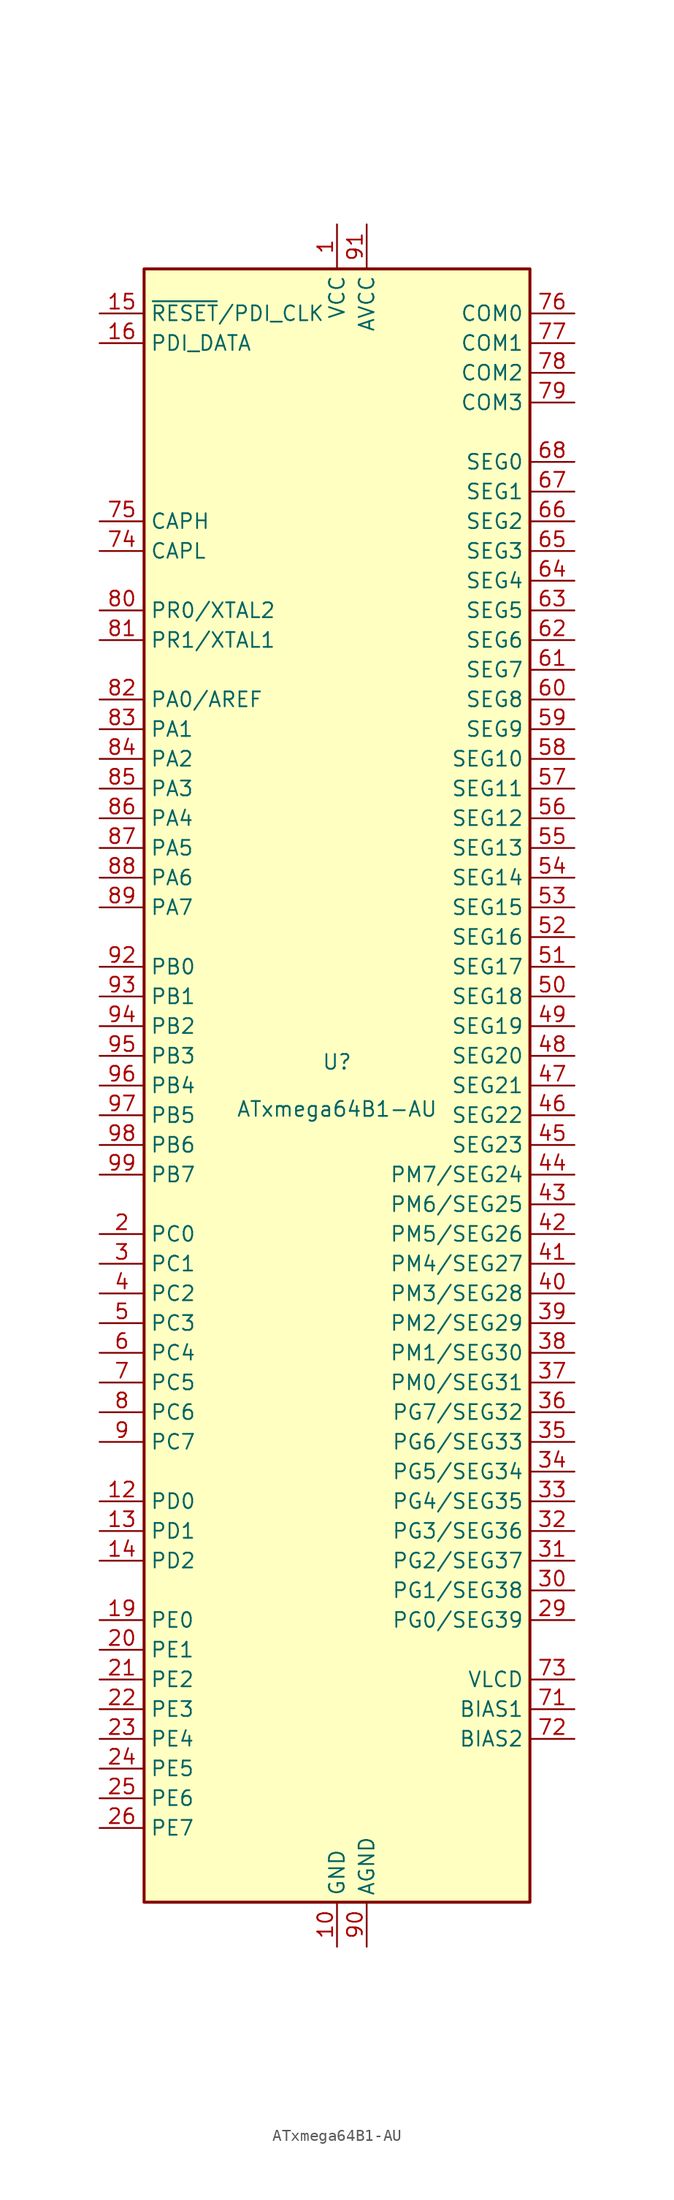
<source format=kicad_sym>
(kicad_symbol_lib
  (version 20201005)
  (generator kicad_symbol_editor)
  (symbol "ATxmega64B1-AU"
    (property "Reference" "U"
      (at 0 1.27 0)
      (effects (font (size 1.27 1.27)) (justify bottom)))
    (property "Value" "ATxmega64B1-AU"
      (at 0 -1.27 0)
      (effects (font (size 1.27 1.27)) (justify top)))
    (symbol "ATxmega64B1-AU_0_1"
      (rectangle (start -16.51 -69.85) (end 16.51 69.85) (stroke (width 0.254)) (fill (type background))))
    (symbol "ATxmega64B1-AU_1_1"
      (pin power_in line (at 0 73.66 270) (length 3.81) (name "VCC" (effects (font (size 1.27 1.27)))) (number "1" (effects (font (size 1.27 1.27)))))
      (pin power_in line (at 0 -73.66 90) (length 3.81) (name "GND" (effects (font (size 1.27 1.27)))) (number "10" (effects (font (size 1.27 1.27)))))
      (pin passive line (at 0 -73.66 90) (length 3.81) hide (name "GND" (effects (font (size 1.27 1.27)))) (number "100" (effects (font (size 1.27 1.27)))))
      (pin passive line (at 0 73.66 270) (length 3.81) hide (name "VCC" (effects (font (size 1.27 1.27)))) (number "11" (effects (font (size 1.27 1.27)))))
      (pin tri_state line (at -20.32 -35.56 0) (length 3.81) (name "PD0" (effects (font (size 1.27 1.27)))) (number "12" (effects (font (size 1.27 1.27)))))
      (pin tri_state line (at -20.32 -38.1 0) (length 3.81) (name "PD1" (effects (font (size 1.27 1.27)))) (number "13" (effects (font (size 1.27 1.27)))))
      (pin tri_state line (at -20.32 -40.64 0) (length 3.81) (name "PD2" (effects (font (size 1.27 1.27)))) (number "14" (effects (font (size 1.27 1.27)))))
      (pin input line (at -20.32 66.04 0) (length 3.81) (name "~RESET~/PDI_CLK" (effects (font (size 1.27 1.27)))) (number "15" (effects (font (size 1.27 1.27)))))
      (pin bidirectional line (at -20.32 63.5 0) (length 3.81) (name "PDI_DATA" (effects (font (size 1.27 1.27)))) (number "16" (effects (font (size 1.27 1.27)))))
      (pin passive line (at 0 -73.66 90) (length 3.81) hide (name "GND" (effects (font (size 1.27 1.27)))) (number "17" (effects (font (size 1.27 1.27)))))
      (pin passive line (at 0 73.66 270) (length 3.81) hide (name "VCC" (effects (font (size 1.27 1.27)))) (number "18" (effects (font (size 1.27 1.27)))))
      (pin tri_state line (at -20.32 -45.72 0) (length 3.81) (name "PE0" (effects (font (size 1.27 1.27)))) (number "19" (effects (font (size 1.27 1.27)))))
      (pin tri_state line (at -20.32 -12.7 0) (length 3.81) (name "PC0" (effects (font (size 1.27 1.27)))) (number "2" (effects (font (size 1.27 1.27)))))
      (pin tri_state line (at -20.32 -48.26 0) (length 3.81) (name "PE1" (effects (font (size 1.27 1.27)))) (number "20" (effects (font (size 1.27 1.27)))))
      (pin tri_state line (at -20.32 -50.8 0) (length 3.81) (name "PE2" (effects (font (size 1.27 1.27)))) (number "21" (effects (font (size 1.27 1.27)))))
      (pin tri_state line (at -20.32 -53.34 0) (length 3.81) (name "PE3" (effects (font (size 1.27 1.27)))) (number "22" (effects (font (size 1.27 1.27)))))
      (pin tri_state line (at -20.32 -55.88 0) (length 3.81) (name "PE4" (effects (font (size 1.27 1.27)))) (number "23" (effects (font (size 1.27 1.27)))))
      (pin tri_state line (at -20.32 -58.42 0) (length 3.81) (name "PE5" (effects (font (size 1.27 1.27)))) (number "24" (effects (font (size 1.27 1.27)))))
      (pin tri_state line (at -20.32 -60.96 0) (length 3.81) (name "PE6" (effects (font (size 1.27 1.27)))) (number "25" (effects (font (size 1.27 1.27)))))
      (pin tri_state line (at -20.32 -63.5 0) (length 3.81) (name "PE7" (effects (font (size 1.27 1.27)))) (number "26" (effects (font (size 1.27 1.27)))))
      (pin passive line (at 0 -73.66 90) (length 3.81) hide (name "GND" (effects (font (size 1.27 1.27)))) (number "27" (effects (font (size 1.27 1.27)))))
      (pin passive line (at 0 73.66 270) (length 3.81) hide (name "VCC" (effects (font (size 1.27 1.27)))) (number "28" (effects (font (size 1.27 1.27)))))
      (pin tri_state line (at 20.32 -45.72 180) (length 3.81) (name "PG0/SEG39" (effects (font (size 1.27 1.27)))) (number "29" (effects (font (size 1.27 1.27)))))
      (pin tri_state line (at -20.32 -15.24 0) (length 3.81) (name "PC1" (effects (font (size 1.27 1.27)))) (number "3" (effects (font (size 1.27 1.27)))))
      (pin tri_state line (at 20.32 -43.18 180) (length 3.81) (name "PG1/SEG38" (effects (font (size 1.27 1.27)))) (number "30" (effects (font (size 1.27 1.27)))))
      (pin tri_state line (at 20.32 -40.64 180) (length 3.81) (name "PG2/SEG37" (effects (font (size 1.27 1.27)))) (number "31" (effects (font (size 1.27 1.27)))))
      (pin tri_state line (at 20.32 -38.1 180) (length 3.81) (name "PG3/SEG36" (effects (font (size 1.27 1.27)))) (number "32" (effects (font (size 1.27 1.27)))))
      (pin tri_state line (at 20.32 -35.56 180) (length 3.81) (name "PG4/SEG35" (effects (font (size 1.27 1.27)))) (number "33" (effects (font (size 1.27 1.27)))))
      (pin tri_state line (at 20.32 -33.02 180) (length 3.81) (name "PG5/SEG34" (effects (font (size 1.27 1.27)))) (number "34" (effects (font (size 1.27 1.27)))))
      (pin tri_state line (at 20.32 -30.48 180) (length 3.81) (name "PG6/SEG33" (effects (font (size 1.27 1.27)))) (number "35" (effects (font (size 1.27 1.27)))))
      (pin tri_state line (at 20.32 -27.94 180) (length 3.81) (name "PG7/SEG32" (effects (font (size 1.27 1.27)))) (number "36" (effects (font (size 1.27 1.27)))))
      (pin tri_state line (at 20.32 -25.4 180) (length 3.81) (name "PM0/SEG31" (effects (font (size 1.27 1.27)))) (number "37" (effects (font (size 1.27 1.27)))))
      (pin tri_state line (at 20.32 -22.86 180) (length 3.81) (name "PM1/SEG30" (effects (font (size 1.27 1.27)))) (number "38" (effects (font (size 1.27 1.27)))))
      (pin tri_state line (at 20.32 -20.32 180) (length 3.81) (name "PM2/SEG29" (effects (font (size 1.27 1.27)))) (number "39" (effects (font (size 1.27 1.27)))))
      (pin tri_state line (at -20.32 -17.78 0) (length 3.81) (name "PC2" (effects (font (size 1.27 1.27)))) (number "4" (effects (font (size 1.27 1.27)))))
      (pin tri_state line (at 20.32 -17.78 180) (length 3.81) (name "PM3/SEG28" (effects (font (size 1.27 1.27)))) (number "40" (effects (font (size 1.27 1.27)))))
      (pin tri_state line (at 20.32 -15.24 180) (length 3.81) (name "PM4/SEG27" (effects (font (size 1.27 1.27)))) (number "41" (effects (font (size 1.27 1.27)))))
      (pin tri_state line (at 20.32 -12.7 180) (length 3.81) (name "PM5/SEG26" (effects (font (size 1.27 1.27)))) (number "42" (effects (font (size 1.27 1.27)))))
      (pin tri_state line (at 20.32 -10.16 180) (length 3.81) (name "PM6/SEG25" (effects (font (size 1.27 1.27)))) (number "43" (effects (font (size 1.27 1.27)))))
      (pin tri_state line (at 20.32 -7.62 180) (length 3.81) (name "PM7/SEG24" (effects (font (size 1.27 1.27)))) (number "44" (effects (font (size 1.27 1.27)))))
      (pin output line (at 20.32 -5.08 180) (length 3.81) (name "SEG23" (effects (font (size 1.27 1.27)))) (number "45" (effects (font (size 1.27 1.27)))))
      (pin output line (at 20.32 -2.54 180) (length 3.81) (name "SEG22" (effects (font (size 1.27 1.27)))) (number "46" (effects (font (size 1.27 1.27)))))
      (pin output line (at 20.32 0 180) (length 3.81) (name "SEG21" (effects (font (size 1.27 1.27)))) (number "47" (effects (font (size 1.27 1.27)))))
      (pin output line (at 20.32 2.54 180) (length 3.81) (name "SEG20" (effects (font (size 1.27 1.27)))) (number "48" (effects (font (size 1.27 1.27)))))
      (pin output line (at 20.32 5.08 180) (length 3.81) (name "SEG19" (effects (font (size 1.27 1.27)))) (number "49" (effects (font (size 1.27 1.27)))))
      (pin tri_state line (at -20.32 -20.32 0) (length 3.81) (name "PC3" (effects (font (size 1.27 1.27)))) (number "5" (effects (font (size 1.27 1.27)))))
      (pin output line (at 20.32 7.62 180) (length 3.81) (name "SEG18" (effects (font (size 1.27 1.27)))) (number "50" (effects (font (size 1.27 1.27)))))
      (pin output line (at 20.32 10.16 180) (length 3.81) (name "SEG17" (effects (font (size 1.27 1.27)))) (number "51" (effects (font (size 1.27 1.27)))))
      (pin output line (at 20.32 12.7 180) (length 3.81) (name "SEG16" (effects (font (size 1.27 1.27)))) (number "52" (effects (font (size 1.27 1.27)))))
      (pin output line (at 20.32 15.24 180) (length 3.81) (name "SEG15" (effects (font (size 1.27 1.27)))) (number "53" (effects (font (size 1.27 1.27)))))
      (pin output line (at 20.32 17.78 180) (length 3.81) (name "SEG14" (effects (font (size 1.27 1.27)))) (number "54" (effects (font (size 1.27 1.27)))))
      (pin output line (at 20.32 20.32 180) (length 3.81) (name "SEG13" (effects (font (size 1.27 1.27)))) (number "55" (effects (font (size 1.27 1.27)))))
      (pin output line (at 20.32 22.86 180) (length 3.81) (name "SEG12" (effects (font (size 1.27 1.27)))) (number "56" (effects (font (size 1.27 1.27)))))
      (pin output line (at 20.32 25.4 180) (length 3.81) (name "SEG11" (effects (font (size 1.27 1.27)))) (number "57" (effects (font (size 1.27 1.27)))))
      (pin output line (at 20.32 27.94 180) (length 3.81) (name "SEG10" (effects (font (size 1.27 1.27)))) (number "58" (effects (font (size 1.27 1.27)))))
      (pin output line (at 20.32 30.48 180) (length 3.81) (name "SEG9" (effects (font (size 1.27 1.27)))) (number "59" (effects (font (size 1.27 1.27)))))
      (pin tri_state line (at -20.32 -22.86 0) (length 3.81) (name "PC4" (effects (font (size 1.27 1.27)))) (number "6" (effects (font (size 1.27 1.27)))))
      (pin output line (at 20.32 33.02 180) (length 3.81) (name "SEG8" (effects (font (size 1.27 1.27)))) (number "60" (effects (font (size 1.27 1.27)))))
      (pin output line (at 20.32 35.56 180) (length 3.81) (name "SEG7" (effects (font (size 1.27 1.27)))) (number "61" (effects (font (size 1.27 1.27)))))
      (pin output line (at 20.32 38.1 180) (length 3.81) (name "SEG6" (effects (font (size 1.27 1.27)))) (number "62" (effects (font (size 1.27 1.27)))))
      (pin output line (at 20.32 40.64 180) (length 3.81) (name "SEG5" (effects (font (size 1.27 1.27)))) (number "63" (effects (font (size 1.27 1.27)))))
      (pin output line (at 20.32 43.18 180) (length 3.81) (name "SEG4" (effects (font (size 1.27 1.27)))) (number "64" (effects (font (size 1.27 1.27)))))
      (pin output line (at 20.32 45.72 180) (length 3.81) (name "SEG3" (effects (font (size 1.27 1.27)))) (number "65" (effects (font (size 1.27 1.27)))))
      (pin output line (at 20.32 48.26 180) (length 3.81) (name "SEG2" (effects (font (size 1.27 1.27)))) (number "66" (effects (font (size 1.27 1.27)))))
      (pin output line (at 20.32 50.8 180) (length 3.81) (name "SEG1" (effects (font (size 1.27 1.27)))) (number "67" (effects (font (size 1.27 1.27)))))
      (pin output line (at 20.32 53.34 180) (length 3.81) (name "SEG0" (effects (font (size 1.27 1.27)))) (number "68" (effects (font (size 1.27 1.27)))))
      (pin passive line (at 0 -73.66 90) (length 3.81) hide (name "GND" (effects (font (size 1.27 1.27)))) (number "69" (effects (font (size 1.27 1.27)))))
      (pin tri_state line (at -20.32 -25.4 0) (length 3.81) (name "PC5" (effects (font (size 1.27 1.27)))) (number "7" (effects (font (size 1.27 1.27)))))
      (pin passive line (at 0 73.66 270) (length 3.81) hide (name "VCC" (effects (font (size 1.27 1.27)))) (number "70" (effects (font (size 1.27 1.27)))))
      (pin power_out line (at 20.32 -53.34 180) (length 3.81) (name "BIAS1" (effects (font (size 1.27 1.27)))) (number "71" (effects (font (size 1.27 1.27)))))
      (pin power_out line (at 20.32 -55.88 180) (length 3.81) (name "BIAS2" (effects (font (size 1.27 1.27)))) (number "72" (effects (font (size 1.27 1.27)))))
      (pin power_out line (at 20.32 -50.8 180) (length 3.81) (name "VLCD" (effects (font (size 1.27 1.27)))) (number "73" (effects (font (size 1.27 1.27)))))
      (pin passive line (at -20.32 45.72 0) (length 3.81) (name "CAPL" (effects (font (size 1.27 1.27)))) (number "74" (effects (font (size 1.27 1.27)))))
      (pin passive line (at -20.32 48.26 0) (length 3.81) (name "CAPH" (effects (font (size 1.27 1.27)))) (number "75" (effects (font (size 1.27 1.27)))))
      (pin output line (at 20.32 66.04 180) (length 3.81) (name "COM0" (effects (font (size 1.27 1.27)))) (number "76" (effects (font (size 1.27 1.27)))))
      (pin output line (at 20.32 63.5 180) (length 3.81) (name "COM1" (effects (font (size 1.27 1.27)))) (number "77" (effects (font (size 1.27 1.27)))))
      (pin output line (at 20.32 60.96 180) (length 3.81) (name "COM2" (effects (font (size 1.27 1.27)))) (number "78" (effects (font (size 1.27 1.27)))))
      (pin output line (at 20.32 58.42 180) (length 3.81) (name "COM3" (effects (font (size 1.27 1.27)))) (number "79" (effects (font (size 1.27 1.27)))))
      (pin tri_state line (at -20.32 -27.94 0) (length 3.81) (name "PC6" (effects (font (size 1.27 1.27)))) (number "8" (effects (font (size 1.27 1.27)))))
      (pin tri_state line (at -20.32 40.64 0) (length 3.81) (name "PR0/XTAL2" (effects (font (size 1.27 1.27)))) (number "80" (effects (font (size 1.27 1.27)))))
      (pin tri_state line (at -20.32 38.1 0) (length 3.81) (name "PR1/XTAL1" (effects (font (size 1.27 1.27)))) (number "81" (effects (font (size 1.27 1.27)))))
      (pin tri_state line (at -20.32 33.02 0) (length 3.81) (name "PA0/AREF" (effects (font (size 1.27 1.27)))) (number "82" (effects (font (size 1.27 1.27)))))
      (pin tri_state line (at -20.32 30.48 0) (length 3.81) (name "PA1" (effects (font (size 1.27 1.27)))) (number "83" (effects (font (size 1.27 1.27)))))
      (pin tri_state line (at -20.32 27.94 0) (length 3.81) (name "PA2" (effects (font (size 1.27 1.27)))) (number "84" (effects (font (size 1.27 1.27)))))
      (pin tri_state line (at -20.32 25.4 0) (length 3.81) (name "PA3" (effects (font (size 1.27 1.27)))) (number "85" (effects (font (size 1.27 1.27)))))
      (pin tri_state line (at -20.32 22.86 0) (length 3.81) (name "PA4" (effects (font (size 1.27 1.27)))) (number "86" (effects (font (size 1.27 1.27)))))
      (pin tri_state line (at -20.32 20.32 0) (length 3.81) (name "PA5" (effects (font (size 1.27 1.27)))) (number "87" (effects (font (size 1.27 1.27)))))
      (pin tri_state line (at -20.32 17.78 0) (length 3.81) (name "PA6" (effects (font (size 1.27 1.27)))) (number "88" (effects (font (size 1.27 1.27)))))
      (pin tri_state line (at -20.32 15.24 0) (length 3.81) (name "PA7" (effects (font (size 1.27 1.27)))) (number "89" (effects (font (size 1.27 1.27)))))
      (pin tri_state line (at -20.32 -30.48 0) (length 3.81) (name "PC7" (effects (font (size 1.27 1.27)))) (number "9" (effects (font (size 1.27 1.27)))))
      (pin power_in line (at 2.54 -73.66 90) (length 3.81) (name "AGND" (effects (font (size 1.27 1.27)))) (number "90" (effects (font (size 1.27 1.27)))))
      (pin power_in line (at 2.54 73.66 270) (length 3.81) (name "AVCC" (effects (font (size 1.27 1.27)))) (number "91" (effects (font (size 1.27 1.27)))))
      (pin tri_state line (at -20.32 10.16 0) (length 3.81) (name "PB0" (effects (font (size 1.27 1.27)))) (number "92" (effects (font (size 1.27 1.27)))))
      (pin tri_state line (at -20.32 7.62 0) (length 3.81) (name "PB1" (effects (font (size 1.27 1.27)))) (number "93" (effects (font (size 1.27 1.27)))))
      (pin tri_state line (at -20.32 5.08 0) (length 3.81) (name "PB2" (effects (font (size 1.27 1.27)))) (number "94" (effects (font (size 1.27 1.27)))))
      (pin tri_state line (at -20.32 2.54 0) (length 3.81) (name "PB3" (effects (font (size 1.27 1.27)))) (number "95" (effects (font (size 1.27 1.27)))))
      (pin tri_state line (at -20.32 0 0) (length 3.81) (name "PB4" (effects (font (size 1.27 1.27)))) (number "96" (effects (font (size 1.27 1.27)))))
      (pin tri_state line (at -20.32 -2.54 0) (length 3.81) (name "PB5" (effects (font (size 1.27 1.27)))) (number "97" (effects (font (size 1.27 1.27)))))
      (pin tri_state line (at -20.32 -5.08 0) (length 3.81) (name "PB6" (effects (font (size 1.27 1.27)))) (number "98" (effects (font (size 1.27 1.27)))))
      (pin tri_state line (at -20.32 -7.62 0) (length 3.81) (name "PB7" (effects (font (size 1.27 1.27)))) (number "99" (effects (font (size 1.27 1.27))))))))
</source>
